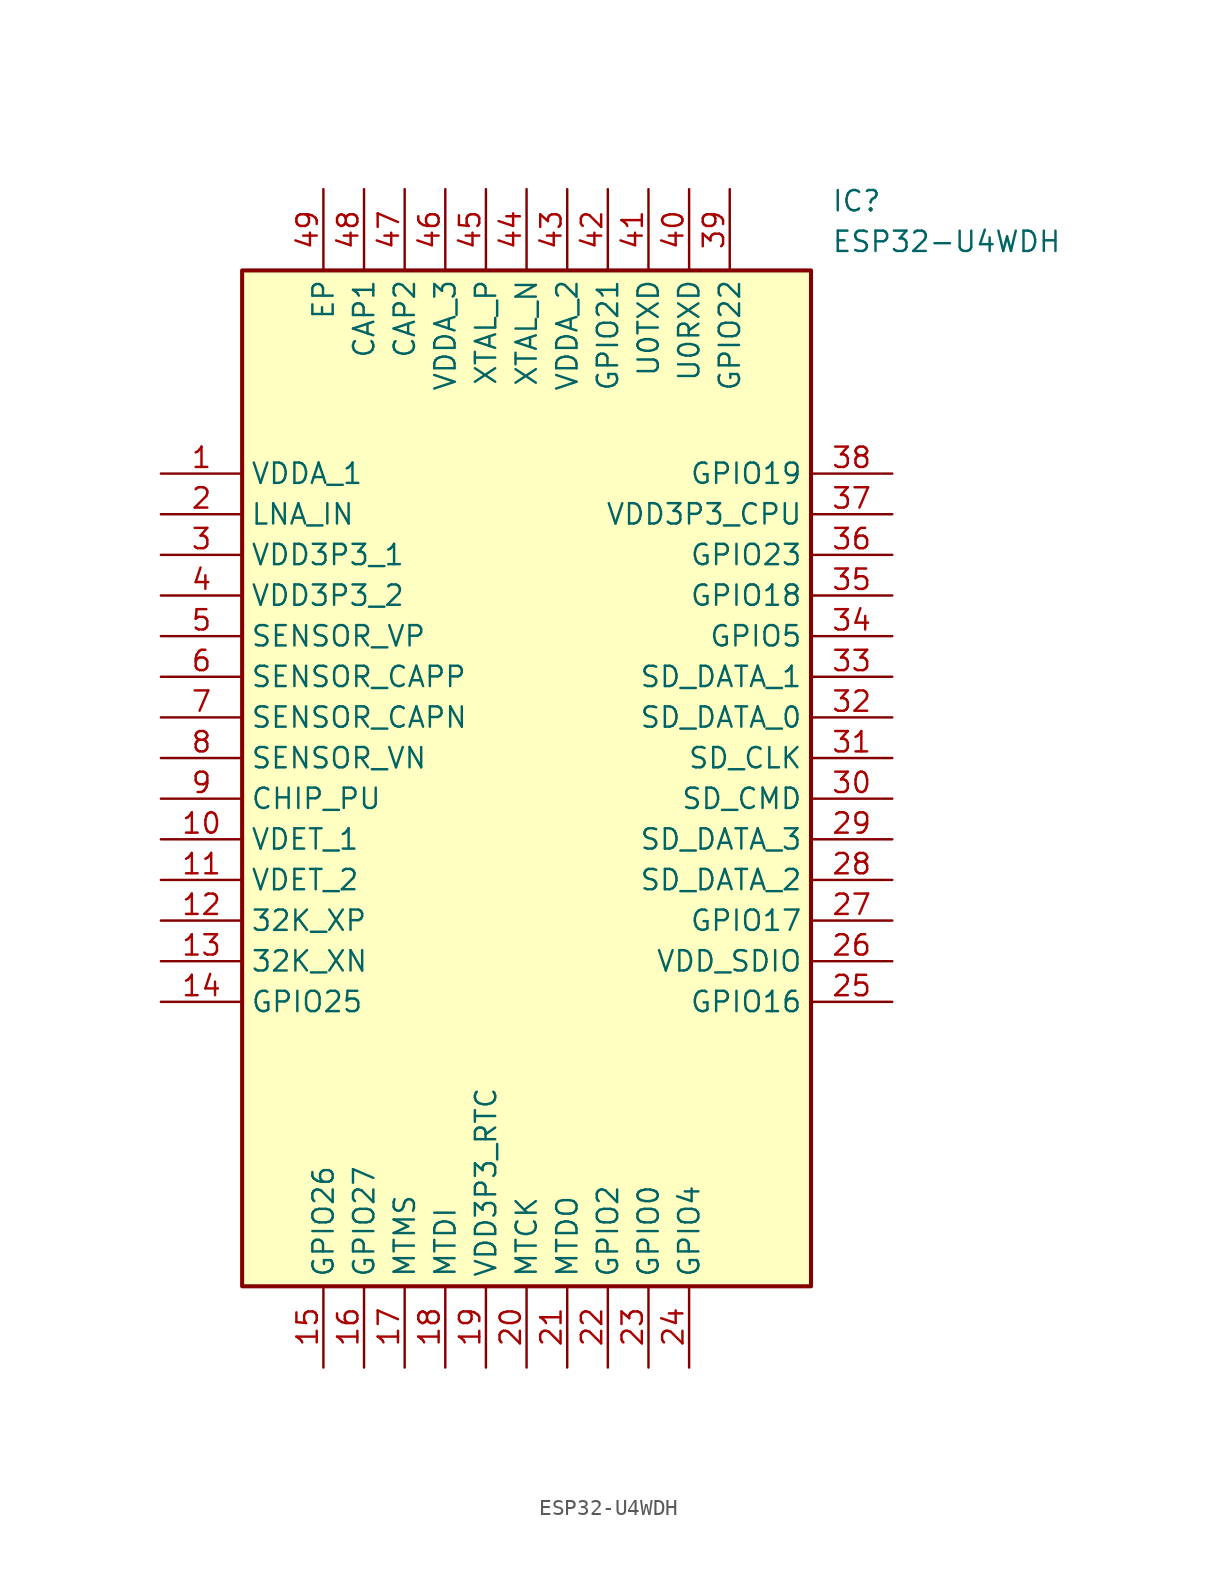
<source format=kicad_sym>
(kicad_symbol_lib
  (version 20211014)
  (generator SamacSys_ECAD_Model)
  (symbol "ESP32-U4WDH"
    (property "Reference" "IC"
      (at 41.91 17.78 0)
      (effects (font (size 1.27 1.27)) (justify left top)))
    (property "Value" "ESP32-U4WDH"
      (at 41.91 15.24 0)
      (effects (font (size 1.27 1.27)) (justify left top)))
    (rectangle
      (start 5.08 12.7)
      (end 40.64 -50.8)
      (stroke (width 0.254) (type default))
      (fill (type background)))
    (pin passive line
      (at 0 0 0)
      (length 5.08)
      (name "VDDA_1" (effects (font (size 1.27 1.27))))
      (number "1" (effects (font (size 1.27 1.27)))))
    (pin passive line
      (at 0 -2.54 0)
      (length 5.08)
      (name "LNA_IN" (effects (font (size 1.27 1.27))))
      (number "2" (effects (font (size 1.27 1.27)))))
    (pin passive line
      (at 0 -5.08 0)
      (length 5.08)
      (name "VDD3P3_1" (effects (font (size 1.27 1.27))))
      (number "3" (effects (font (size 1.27 1.27)))))
    (pin passive line
      (at 0 -7.62 0)
      (length 5.08)
      (name "VDD3P3_2" (effects (font (size 1.27 1.27))))
      (number "4" (effects (font (size 1.27 1.27)))))
    (pin passive line
      (at 0 -10.16 0)
      (length 5.08)
      (name "SENSOR_VP" (effects (font (size 1.27 1.27))))
      (number "5" (effects (font (size 1.27 1.27)))))
    (pin passive line
      (at 0 -12.7 0)
      (length 5.08)
      (name "SENSOR_CAPP" (effects (font (size 1.27 1.27))))
      (number "6" (effects (font (size 1.27 1.27)))))
    (pin passive line
      (at 0 -15.24 0)
      (length 5.08)
      (name "SENSOR_CAPN" (effects (font (size 1.27 1.27))))
      (number "7" (effects (font (size 1.27 1.27)))))
    (pin passive line
      (at 0 -17.78 0)
      (length 5.08)
      (name "SENSOR_VN" (effects (font (size 1.27 1.27))))
      (number "8" (effects (font (size 1.27 1.27)))))
    (pin passive line
      (at 0 -20.32 0)
      (length 5.08)
      (name "CHIP_PU" (effects (font (size 1.27 1.27))))
      (number "9" (effects (font (size 1.27 1.27)))))
    (pin passive line
      (at 0 -22.86 0)
      (length 5.08)
      (name "VDET_1" (effects (font (size 1.27 1.27))))
      (number "10" (effects (font (size 1.27 1.27)))))
    (pin passive line
      (at 0 -25.4 0)
      (length 5.08)
      (name "VDET_2" (effects (font (size 1.27 1.27))))
      (number "11" (effects (font (size 1.27 1.27)))))
    (pin passive line
      (at 0 -27.94 0)
      (length 5.08)
      (name "32K_XP" (effects (font (size 1.27 1.27))))
      (number "12" (effects (font (size 1.27 1.27)))))
    (pin passive line
      (at 0 -30.48 0)
      (length 5.08)
      (name "32K_XN" (effects (font (size 1.27 1.27))))
      (number "13" (effects (font (size 1.27 1.27)))))
    (pin passive line
      (at 0 -33.02 0)
      (length 5.08)
      (name "GPIO25" (effects (font (size 1.27 1.27))))
      (number "14" (effects (font (size 1.27 1.27)))))
    (pin passive line
      (at 10.16 -55.88 90)
      (length 5.08)
      (name "GPIO26" (effects (font (size 1.27 1.27))))
      (number "15" (effects (font (size 1.27 1.27)))))
    (pin passive line
      (at 12.7 -55.88 90)
      (length 5.08)
      (name "GPIO27" (effects (font (size 1.27 1.27))))
      (number "16" (effects (font (size 1.27 1.27)))))
    (pin passive line
      (at 15.24 -55.88 90)
      (length 5.08)
      (name "MTMS" (effects (font (size 1.27 1.27))))
      (number "17" (effects (font (size 1.27 1.27)))))
    (pin passive line
      (at 17.78 -55.88 90)
      (length 5.08)
      (name "MTDI" (effects (font (size 1.27 1.27))))
      (number "18" (effects (font (size 1.27 1.27)))))
    (pin passive line
      (at 20.32 -55.88 90)
      (length 5.08)
      (name "VDD3P3_RTC" (effects (font (size 1.27 1.27))))
      (number "19" (effects (font (size 1.27 1.27)))))
    (pin passive line
      (at 22.86 -55.88 90)
      (length 5.08)
      (name "MTCK" (effects (font (size 1.27 1.27))))
      (number "20" (effects (font (size 1.27 1.27)))))
    (pin passive line
      (at 25.4 -55.88 90)
      (length 5.08)
      (name "MTDO" (effects (font (size 1.27 1.27))))
      (number "21" (effects (font (size 1.27 1.27)))))
    (pin passive line
      (at 27.94 -55.88 90)
      (length 5.08)
      (name "GPIO2" (effects (font (size 1.27 1.27))))
      (number "22" (effects (font (size 1.27 1.27)))))
    (pin passive line
      (at 30.48 -55.88 90)
      (length 5.08)
      (name "GPIO0" (effects (font (size 1.27 1.27))))
      (number "23" (effects (font (size 1.27 1.27)))))
    (pin passive line
      (at 33.02 -55.88 90)
      (length 5.08)
      (name "GPIO4" (effects (font (size 1.27 1.27))))
      (number "24" (effects (font (size 1.27 1.27)))))
    (pin passive line
      (at 45.72 0 180)
      (length 5.08)
      (name "GPIO19" (effects (font (size 1.27 1.27))))
      (number "38" (effects (font (size 1.27 1.27)))))
    (pin passive line
      (at 45.72 -2.54 180)
      (length 5.08)
      (name "VDD3P3_CPU" (effects (font (size 1.27 1.27))))
      (number "37" (effects (font (size 1.27 1.27)))))
    (pin passive line
      (at 45.72 -5.08 180)
      (length 5.08)
      (name "GPIO23" (effects (font (size 1.27 1.27))))
      (number "36" (effects (font (size 1.27 1.27)))))
    (pin passive line
      (at 45.72 -7.62 180)
      (length 5.08)
      (name "GPIO18" (effects (font (size 1.27 1.27))))
      (number "35" (effects (font (size 1.27 1.27)))))
    (pin passive line
      (at 45.72 -10.16 180)
      (length 5.08)
      (name "GPIO5" (effects (font (size 1.27 1.27))))
      (number "34" (effects (font (size 1.27 1.27)))))
    (pin passive line
      (at 45.72 -12.7 180)
      (length 5.08)
      (name "SD_DATA_1" (effects (font (size 1.27 1.27))))
      (number "33" (effects (font (size 1.27 1.27)))))
    (pin passive line
      (at 45.72 -15.24 180)
      (length 5.08)
      (name "SD_DATA_0" (effects (font (size 1.27 1.27))))
      (number "32" (effects (font (size 1.27 1.27)))))
    (pin passive line
      (at 45.72 -17.78 180)
      (length 5.08)
      (name "SD_CLK" (effects (font (size 1.27 1.27))))
      (number "31" (effects (font (size 1.27 1.27)))))
    (pin passive line
      (at 45.72 -20.32 180)
      (length 5.08)
      (name "SD_CMD" (effects (font (size 1.27 1.27))))
      (number "30" (effects (font (size 1.27 1.27)))))
    (pin passive line
      (at 45.72 -22.86 180)
      (length 5.08)
      (name "SD_DATA_3" (effects (font (size 1.27 1.27))))
      (number "29" (effects (font (size 1.27 1.27)))))
    (pin passive line
      (at 45.72 -25.4 180)
      (length 5.08)
      (name "SD_DATA_2" (effects (font (size 1.27 1.27))))
      (number "28" (effects (font (size 1.27 1.27)))))
    (pin passive line
      (at 45.72 -27.94 180)
      (length 5.08)
      (name "GPIO17" (effects (font (size 1.27 1.27))))
      (number "27" (effects (font (size 1.27 1.27)))))
    (pin passive line
      (at 45.72 -30.48 180)
      (length 5.08)
      (name "VDD_SDIO" (effects (font (size 1.27 1.27))))
      (number "26" (effects (font (size 1.27 1.27)))))
    (pin passive line
      (at 45.72 -33.02 180)
      (length 5.08)
      (name "GPIO16" (effects (font (size 1.27 1.27))))
      (number "25" (effects (font (size 1.27 1.27)))))
    (pin passive line
      (at 10.16 17.78 270)
      (length 5.08)
      (name "EP" (effects (font (size 1.27 1.27))))
      (number "49" (effects (font (size 1.27 1.27)))))
    (pin passive line
      (at 12.7 17.78 270)
      (length 5.08)
      (name "CAP1" (effects (font (size 1.27 1.27))))
      (number "48" (effects (font (size 1.27 1.27)))))
    (pin passive line
      (at 15.24 17.78 270)
      (length 5.08)
      (name "CAP2" (effects (font (size 1.27 1.27))))
      (number "47" (effects (font (size 1.27 1.27)))))
    (pin passive line
      (at 17.78 17.78 270)
      (length 5.08)
      (name "VDDA_3" (effects (font (size 1.27 1.27))))
      (number "46" (effects (font (size 1.27 1.27)))))
    (pin passive line
      (at 20.32 17.78 270)
      (length 5.08)
      (name "XTAL_P" (effects (font (size 1.27 1.27))))
      (number "45" (effects (font (size 1.27 1.27)))))
    (pin passive line
      (at 22.86 17.78 270)
      (length 5.08)
      (name "XTAL_N" (effects (font (size 1.27 1.27))))
      (number "44" (effects (font (size 1.27 1.27)))))
    (pin passive line
      (at 25.4 17.78 270)
      (length 5.08)
      (name "VDDA_2" (effects (font (size 1.27 1.27))))
      (number "43" (effects (font (size 1.27 1.27)))))
    (pin passive line
      (at 27.94 17.78 270)
      (length 5.08)
      (name "GPIO21" (effects (font (size 1.27 1.27))))
      (number "42" (effects (font (size 1.27 1.27)))))
    (pin passive line
      (at 30.48 17.78 270)
      (length 5.08)
      (name "U0TXD" (effects (font (size 1.27 1.27))))
      (number "41" (effects (font (size 1.27 1.27)))))
    (pin passive line
      (at 33.02 17.78 270)
      (length 5.08)
      (name "U0RXD" (effects (font (size 1.27 1.27))))
      (number "40" (effects (font (size 1.27 1.27)))))
    (pin passive line
      (at 35.56 17.78 270)
      (length 5.08)
      (name "GPIO22" (effects (font (size 1.27 1.27))))
      (number "39" (effects (font (size 1.27 1.27)))))))
</source>
